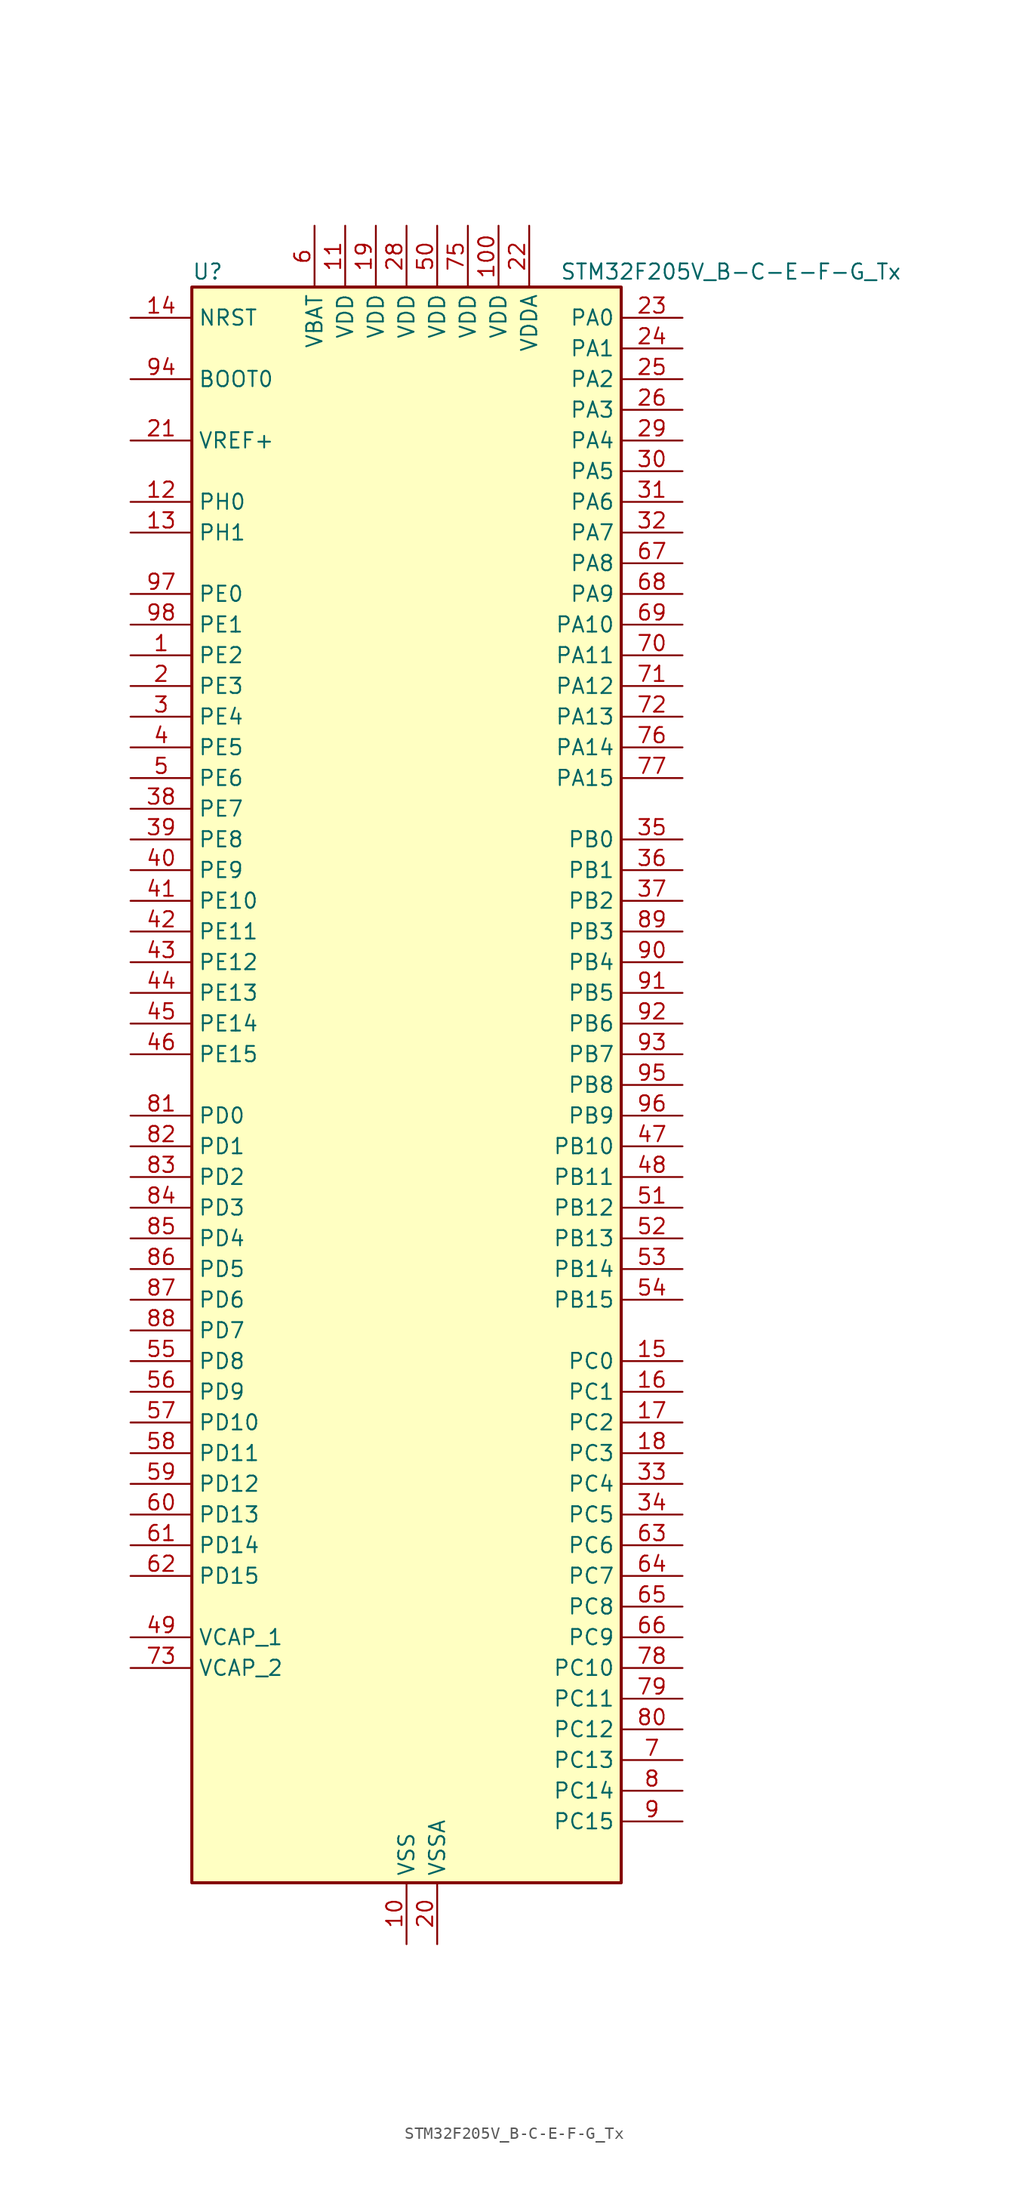
<source format=kicad_sym>
(kicad_symbol_lib
  (version 20220914)
  (generator kicad_symbol_editor)
  (symbol "STM32F205V_B-C-E-F-G_Tx"
    (property "Reference" "U"
      (at -17.78 67.31 0)
      (effects (font (size 1.27 1.27)) (justify left)))
    (property "Value" "STM32F205V_B-C-E-F-G_Tx"
      (at 12.7 67.31 0)
      (effects (font (size 1.27 1.27)) (justify left)))
    (property "ki_locked" ""
      (at 0 0 0)
      (effects (font (size 1.27 1.27))))
    (symbol "STM32F205V_B-C-E-F-G_Tx_0_1"
      (rectangle (start -17.78 -66.04) (end 17.78 66.04) (stroke (width 0.254) (type default)) (fill (type background))))
    (symbol "STM32F205V_B-C-E-F-G_Tx_1_1"
      (pin bidirectional line (at -22.86 35.56 0) (length 5.08) (name "PE2" (effects (font (size 1.27 1.27)))) (number "1" (effects (font (size 1.27 1.27)))) (alternate "FSMC_A23" bidirectional line) (alternate "SYS_TRACECLK" bidirectional line))
      (pin power_in line (at 0 -71.12 90) (length 5.08) (name "VSS" (effects (font (size 1.27 1.27)))) (number "10" (effects (font (size 1.27 1.27)))))
      (pin power_in line (at 7.62 71.12 270) (length 5.08) (name "VDD" (effects (font (size 1.27 1.27)))) (number "100" (effects (font (size 1.27 1.27)))))
      (pin power_in line (at -5.08 71.12 270) (length 5.08) (name "VDD" (effects (font (size 1.27 1.27)))) (number "11" (effects (font (size 1.27 1.27)))))
      (pin bidirectional line (at -22.86 48.26 0) (length 5.08) (name "PH0" (effects (font (size 1.27 1.27)))) (number "12" (effects (font (size 1.27 1.27)))) (alternate "RCC_OSC_IN" bidirectional line))
      (pin bidirectional line (at -22.86 45.72 0) (length 5.08) (name "PH1" (effects (font (size 1.27 1.27)))) (number "13" (effects (font (size 1.27 1.27)))) (alternate "RCC_OSC_OUT" bidirectional line))
      (pin input line (at -22.86 63.5 0) (length 5.08) (name "NRST" (effects (font (size 1.27 1.27)))) (number "14" (effects (font (size 1.27 1.27)))))
      (pin bidirectional line (at 22.86 -22.86 180) (length 5.08) (name "PC0" (effects (font (size 1.27 1.27)))) (number "15" (effects (font (size 1.27 1.27)))) (alternate "ADC1_IN10" bidirectional line) (alternate "ADC2_IN10" bidirectional line) (alternate "ADC3_IN10" bidirectional line) (alternate "USB_OTG_HS_ULPI_STP" bidirectional line))
      (pin bidirectional line (at 22.86 -25.4 180) (length 5.08) (name "PC1" (effects (font (size 1.27 1.27)))) (number "16" (effects (font (size 1.27 1.27)))) (alternate "ADC1_IN11" bidirectional line) (alternate "ADC2_IN11" bidirectional line) (alternate "ADC3_IN11" bidirectional line))
      (pin bidirectional line (at 22.86 -27.94 180) (length 5.08) (name "PC2" (effects (font (size 1.27 1.27)))) (number "17" (effects (font (size 1.27 1.27)))) (alternate "ADC1_IN12" bidirectional line) (alternate "ADC2_IN12" bidirectional line) (alternate "ADC3_IN12" bidirectional line) (alternate "SPI2_MISO" bidirectional line) (alternate "USB_OTG_HS_ULPI_DIR" bidirectional line))
      (pin bidirectional line (at 22.86 -30.48 180) (length 5.08) (name "PC3" (effects (font (size 1.27 1.27)))) (number "18" (effects (font (size 1.27 1.27)))) (alternate "ADC1_IN13" bidirectional line) (alternate "ADC2_IN13" bidirectional line) (alternate "ADC3_IN13" bidirectional line) (alternate "I2S2_SD" bidirectional line) (alternate "SPI2_MOSI" bidirectional line) (alternate "USB_OTG_HS_ULPI_NXT" bidirectional line))
      (pin power_in line (at -2.54 71.12 270) (length 5.08) (name "VDD" (effects (font (size 1.27 1.27)))) (number "19" (effects (font (size 1.27 1.27)))))
      (pin bidirectional line (at -22.86 33.02 0) (length 5.08) (name "PE3" (effects (font (size 1.27 1.27)))) (number "2" (effects (font (size 1.27 1.27)))) (alternate "FSMC_A19" bidirectional line) (alternate "SYS_TRACED0" bidirectional line))
      (pin power_in line (at 2.54 -71.12 90) (length 5.08) (name "VSSA" (effects (font (size 1.27 1.27)))) (number "20" (effects (font (size 1.27 1.27)))))
      (pin input line (at -22.86 53.34 0) (length 5.08) (name "VREF+" (effects (font (size 1.27 1.27)))) (number "21" (effects (font (size 1.27 1.27)))))
      (pin power_in line (at 10.16 71.12 270) (length 5.08) (name "VDDA" (effects (font (size 1.27 1.27)))) (number "22" (effects (font (size 1.27 1.27)))))
      (pin bidirectional line (at 22.86 63.5 180) (length 5.08) (name "PA0" (effects (font (size 1.27 1.27)))) (number "23" (effects (font (size 1.27 1.27)))) (alternate "ADC1_IN0" bidirectional line) (alternate "ADC2_IN0" bidirectional line) (alternate "ADC3_IN0" bidirectional line) (alternate "SYS_WKUP" bidirectional line) (alternate "TIM2_CH1" bidirectional line) (alternate "TIM2_ETR" bidirectional line) (alternate "TIM5_CH1" bidirectional line) (alternate "TIM8_ETR" bidirectional line) (alternate "UART4_TX" bidirectional line) (alternate "USART2_CTS" bidirectional line))
      (pin bidirectional line (at 22.86 60.96 180) (length 5.08) (name "PA1" (effects (font (size 1.27 1.27)))) (number "24" (effects (font (size 1.27 1.27)))) (alternate "ADC1_IN1" bidirectional line) (alternate "ADC2_IN1" bidirectional line) (alternate "ADC3_IN1" bidirectional line) (alternate "TIM2_CH2" bidirectional line) (alternate "TIM5_CH2" bidirectional line) (alternate "UART4_RX" bidirectional line) (alternate "USART2_RTS" bidirectional line))
      (pin bidirectional line (at 22.86 58.42 180) (length 5.08) (name "PA2" (effects (font (size 1.27 1.27)))) (number "25" (effects (font (size 1.27 1.27)))) (alternate "ADC1_IN2" bidirectional line) (alternate "ADC2_IN2" bidirectional line) (alternate "ADC3_IN2" bidirectional line) (alternate "TIM2_CH3" bidirectional line) (alternate "TIM5_CH3" bidirectional line) (alternate "TIM9_CH1" bidirectional line) (alternate "USART2_TX" bidirectional line))
      (pin bidirectional line (at 22.86 55.88 180) (length 5.08) (name "PA3" (effects (font (size 1.27 1.27)))) (number "26" (effects (font (size 1.27 1.27)))) (alternate "ADC1_IN3" bidirectional line) (alternate "ADC2_IN3" bidirectional line) (alternate "ADC3_IN3" bidirectional line) (alternate "TIM2_CH4" bidirectional line) (alternate "TIM5_CH4" bidirectional line) (alternate "TIM9_CH2" bidirectional line) (alternate "USART2_RX" bidirectional line) (alternate "USB_OTG_HS_ULPI_D0" bidirectional line))
      (pin passive line (at 0 -71.12 90) (length 5.08) hide (name "VSS" (effects (font (size 1.27 1.27)))) (number "27" (effects (font (size 1.27 1.27)))))
      (pin power_in line (at 0 71.12 270) (length 5.08) (name "VDD" (effects (font (size 1.27 1.27)))) (number "28" (effects (font (size 1.27 1.27)))))
      (pin bidirectional line (at 22.86 53.34 180) (length 5.08) (name "PA4" (effects (font (size 1.27 1.27)))) (number "29" (effects (font (size 1.27 1.27)))) (alternate "ADC1_IN4" bidirectional line) (alternate "ADC2_IN4" bidirectional line) (alternate "DAC_OUT1" bidirectional line) (alternate "I2S3_WS" bidirectional line) (alternate "SPI1_NSS" bidirectional line) (alternate "SPI3_NSS" bidirectional line) (alternate "USART2_CK" bidirectional line) (alternate "USB_OTG_HS_SOF" bidirectional line))
      (pin bidirectional line (at -22.86 30.48 0) (length 5.08) (name "PE4" (effects (font (size 1.27 1.27)))) (number "3" (effects (font (size 1.27 1.27)))) (alternate "FSMC_A20" bidirectional line) (alternate "SYS_TRACED1" bidirectional line))
      (pin bidirectional line (at 22.86 50.8 180) (length 5.08) (name "PA5" (effects (font (size 1.27 1.27)))) (number "30" (effects (font (size 1.27 1.27)))) (alternate "ADC1_IN5" bidirectional line) (alternate "ADC2_IN5" bidirectional line) (alternate "DAC_OUT2" bidirectional line) (alternate "SPI1_SCK" bidirectional line) (alternate "TIM2_CH1" bidirectional line) (alternate "TIM2_ETR" bidirectional line) (alternate "TIM8_CH1N" bidirectional line) (alternate "USB_OTG_HS_ULPI_CK" bidirectional line))
      (pin bidirectional line (at 22.86 48.26 180) (length 5.08) (name "PA6" (effects (font (size 1.27 1.27)))) (number "31" (effects (font (size 1.27 1.27)))) (alternate "ADC1_IN6" bidirectional line) (alternate "ADC2_IN6" bidirectional line) (alternate "SPI1_MISO" bidirectional line) (alternate "TIM13_CH1" bidirectional line) (alternate "TIM1_BKIN" bidirectional line) (alternate "TIM3_CH1" bidirectional line) (alternate "TIM8_BKIN" bidirectional line))
      (pin bidirectional line (at 22.86 45.72 180) (length 5.08) (name "PA7" (effects (font (size 1.27 1.27)))) (number "32" (effects (font (size 1.27 1.27)))) (alternate "ADC1_IN7" bidirectional line) (alternate "ADC2_IN7" bidirectional line) (alternate "SPI1_MOSI" bidirectional line) (alternate "TIM14_CH1" bidirectional line) (alternate "TIM1_CH1N" bidirectional line) (alternate "TIM3_CH2" bidirectional line) (alternate "TIM8_CH1N" bidirectional line))
      (pin bidirectional line (at 22.86 -33.02 180) (length 5.08) (name "PC4" (effects (font (size 1.27 1.27)))) (number "33" (effects (font (size 1.27 1.27)))) (alternate "ADC1_IN14" bidirectional line) (alternate "ADC2_IN14" bidirectional line))
      (pin bidirectional line (at 22.86 -35.56 180) (length 5.08) (name "PC5" (effects (font (size 1.27 1.27)))) (number "34" (effects (font (size 1.27 1.27)))) (alternate "ADC1_IN15" bidirectional line) (alternate "ADC2_IN15" bidirectional line))
      (pin bidirectional line (at 22.86 20.32 180) (length 5.08) (name "PB0" (effects (font (size 1.27 1.27)))) (number "35" (effects (font (size 1.27 1.27)))) (alternate "ADC1_IN8" bidirectional line) (alternate "ADC2_IN8" bidirectional line) (alternate "TIM1_CH2N" bidirectional line) (alternate "TIM3_CH3" bidirectional line) (alternate "TIM8_CH2N" bidirectional line) (alternate "USB_OTG_HS_ULPI_D1" bidirectional line))
      (pin bidirectional line (at 22.86 17.78 180) (length 5.08) (name "PB1" (effects (font (size 1.27 1.27)))) (number "36" (effects (font (size 1.27 1.27)))) (alternate "ADC1_IN9" bidirectional line) (alternate "ADC2_IN9" bidirectional line) (alternate "TIM1_CH3N" bidirectional line) (alternate "TIM3_CH4" bidirectional line) (alternate "TIM8_CH3N" bidirectional line) (alternate "USB_OTG_HS_ULPI_D2" bidirectional line))
      (pin bidirectional line (at 22.86 15.24 180) (length 5.08) (name "PB2" (effects (font (size 1.27 1.27)))) (number "37" (effects (font (size 1.27 1.27)))))
      (pin bidirectional line (at -22.86 22.86 0) (length 5.08) (name "PE7" (effects (font (size 1.27 1.27)))) (number "38" (effects (font (size 1.27 1.27)))) (alternate "FSMC_D4" bidirectional line) (alternate "FSMC_DA4" bidirectional line) (alternate "TIM1_ETR" bidirectional line))
      (pin bidirectional line (at -22.86 20.32 0) (length 5.08) (name "PE8" (effects (font (size 1.27 1.27)))) (number "39" (effects (font (size 1.27 1.27)))) (alternate "FSMC_D5" bidirectional line) (alternate "FSMC_DA5" bidirectional line) (alternate "TIM1_CH1N" bidirectional line))
      (pin bidirectional line (at -22.86 27.94 0) (length 5.08) (name "PE5" (effects (font (size 1.27 1.27)))) (number "4" (effects (font (size 1.27 1.27)))) (alternate "FSMC_A21" bidirectional line) (alternate "SYS_TRACED2" bidirectional line) (alternate "TIM9_CH1" bidirectional line))
      (pin bidirectional line (at -22.86 17.78 0) (length 5.08) (name "PE9" (effects (font (size 1.27 1.27)))) (number "40" (effects (font (size 1.27 1.27)))) (alternate "DAC_EXTI9" bidirectional line) (alternate "FSMC_D6" bidirectional line) (alternate "FSMC_DA6" bidirectional line) (alternate "TIM1_CH1" bidirectional line))
      (pin bidirectional line (at -22.86 15.24 0) (length 5.08) (name "PE10" (effects (font (size 1.27 1.27)))) (number "41" (effects (font (size 1.27 1.27)))) (alternate "FSMC_D7" bidirectional line) (alternate "FSMC_DA7" bidirectional line) (alternate "TIM1_CH2N" bidirectional line))
      (pin bidirectional line (at -22.86 12.7 0) (length 5.08) (name "PE11" (effects (font (size 1.27 1.27)))) (number "42" (effects (font (size 1.27 1.27)))) (alternate "ADC1_EXTI11" bidirectional line) (alternate "ADC2_EXTI11" bidirectional line) (alternate "ADC3_EXTI11" bidirectional line) (alternate "FSMC_D8" bidirectional line) (alternate "FSMC_DA8" bidirectional line) (alternate "TIM1_CH2" bidirectional line))
      (pin bidirectional line (at -22.86 10.16 0) (length 5.08) (name "PE12" (effects (font (size 1.27 1.27)))) (number "43" (effects (font (size 1.27 1.27)))) (alternate "FSMC_D9" bidirectional line) (alternate "FSMC_DA9" bidirectional line) (alternate "TIM1_CH3N" bidirectional line))
      (pin bidirectional line (at -22.86 7.62 0) (length 5.08) (name "PE13" (effects (font (size 1.27 1.27)))) (number "44" (effects (font (size 1.27 1.27)))) (alternate "FSMC_D10" bidirectional line) (alternate "FSMC_DA10" bidirectional line) (alternate "TIM1_CH3" bidirectional line))
      (pin bidirectional line (at -22.86 5.08 0) (length 5.08) (name "PE14" (effects (font (size 1.27 1.27)))) (number "45" (effects (font (size 1.27 1.27)))) (alternate "FSMC_D11" bidirectional line) (alternate "FSMC_DA11" bidirectional line) (alternate "TIM1_CH4" bidirectional line))
      (pin bidirectional line (at -22.86 2.54 0) (length 5.08) (name "PE15" (effects (font (size 1.27 1.27)))) (number "46" (effects (font (size 1.27 1.27)))) (alternate "ADC1_EXTI15" bidirectional line) (alternate "ADC2_EXTI15" bidirectional line) (alternate "ADC3_EXTI15" bidirectional line) (alternate "FSMC_D12" bidirectional line) (alternate "FSMC_DA12" bidirectional line) (alternate "TIM1_BKIN" bidirectional line))
      (pin bidirectional line (at 22.86 -5.08 180) (length 5.08) (name "PB10" (effects (font (size 1.27 1.27)))) (number "47" (effects (font (size 1.27 1.27)))) (alternate "I2C2_SCL" bidirectional line) (alternate "I2S2_SCK" bidirectional line) (alternate "SPI2_SCK" bidirectional line) (alternate "TIM2_CH3" bidirectional line) (alternate "USART3_TX" bidirectional line) (alternate "USB_OTG_HS_ULPI_D3" bidirectional line))
      (pin bidirectional line (at 22.86 -7.62 180) (length 5.08) (name "PB11" (effects (font (size 1.27 1.27)))) (number "48" (effects (font (size 1.27 1.27)))) (alternate "ADC1_EXTI11" bidirectional line) (alternate "ADC2_EXTI11" bidirectional line) (alternate "ADC3_EXTI11" bidirectional line) (alternate "I2C2_SDA" bidirectional line) (alternate "TIM2_CH4" bidirectional line) (alternate "USART3_RX" bidirectional line) (alternate "USB_OTG_HS_ULPI_D4" bidirectional line))
      (pin power_out line (at -22.86 -45.72 0) (length 5.08) (name "VCAP_1" (effects (font (size 1.27 1.27)))) (number "49" (effects (font (size 1.27 1.27)))))
      (pin bidirectional line (at -22.86 25.4 0) (length 5.08) (name "PE6" (effects (font (size 1.27 1.27)))) (number "5" (effects (font (size 1.27 1.27)))) (alternate "FSMC_A22" bidirectional line) (alternate "SYS_TRACED3" bidirectional line) (alternate "TIM9_CH2" bidirectional line))
      (pin power_in line (at 2.54 71.12 270) (length 5.08) (name "VDD" (effects (font (size 1.27 1.27)))) (number "50" (effects (font (size 1.27 1.27)))))
      (pin bidirectional line (at 22.86 -10.16 180) (length 5.08) (name "PB12" (effects (font (size 1.27 1.27)))) (number "51" (effects (font (size 1.27 1.27)))) (alternate "CAN2_RX" bidirectional line) (alternate "I2C2_SMBA" bidirectional line) (alternate "I2S2_WS" bidirectional line) (alternate "SPI2_NSS" bidirectional line) (alternate "TIM1_BKIN" bidirectional line) (alternate "USART3_CK" bidirectional line) (alternate "USB_OTG_HS_ID" bidirectional line) (alternate "USB_OTG_HS_ULPI_D5" bidirectional line))
      (pin bidirectional line (at 22.86 -12.7 180) (length 5.08) (name "PB13" (effects (font (size 1.27 1.27)))) (number "52" (effects (font (size 1.27 1.27)))) (alternate "CAN2_TX" bidirectional line) (alternate "I2S2_SCK" bidirectional line) (alternate "SPI2_SCK" bidirectional line) (alternate "TIM1_CH1N" bidirectional line) (alternate "USART3_CTS" bidirectional line) (alternate "USB_OTG_HS_ULPI_D6" bidirectional line) (alternate "USB_OTG_HS_VBUS" bidirectional line))
      (pin bidirectional line (at 22.86 -15.24 180) (length 5.08) (name "PB14" (effects (font (size 1.27 1.27)))) (number "53" (effects (font (size 1.27 1.27)))) (alternate "SPI2_MISO" bidirectional line) (alternate "TIM12_CH1" bidirectional line) (alternate "TIM1_CH2N" bidirectional line) (alternate "TIM8_CH2N" bidirectional line) (alternate "USART3_RTS" bidirectional line) (alternate "USB_OTG_HS_DM" bidirectional line))
      (pin bidirectional line (at 22.86 -17.78 180) (length 5.08) (name "PB15" (effects (font (size 1.27 1.27)))) (number "54" (effects (font (size 1.27 1.27)))) (alternate "ADC1_EXTI15" bidirectional line) (alternate "ADC2_EXTI15" bidirectional line) (alternate "ADC3_EXTI15" bidirectional line) (alternate "I2S2_SD" bidirectional line) (alternate "RTC_REFIN" bidirectional line) (alternate "SPI2_MOSI" bidirectional line) (alternate "TIM12_CH2" bidirectional line) (alternate "TIM1_CH3N" bidirectional line) (alternate "TIM8_CH3N" bidirectional line) (alternate "USB_OTG_HS_DP" bidirectional line))
      (pin bidirectional line (at -22.86 -22.86 0) (length 5.08) (name "PD8" (effects (font (size 1.27 1.27)))) (number "55" (effects (font (size 1.27 1.27)))) (alternate "FSMC_D13" bidirectional line) (alternate "FSMC_DA13" bidirectional line) (alternate "USART3_TX" bidirectional line))
      (pin bidirectional line (at -22.86 -25.4 0) (length 5.08) (name "PD9" (effects (font (size 1.27 1.27)))) (number "56" (effects (font (size 1.27 1.27)))) (alternate "DAC_EXTI9" bidirectional line) (alternate "FSMC_D14" bidirectional line) (alternate "FSMC_DA14" bidirectional line) (alternate "USART3_RX" bidirectional line))
      (pin bidirectional line (at -22.86 -27.94 0) (length 5.08) (name "PD10" (effects (font (size 1.27 1.27)))) (number "57" (effects (font (size 1.27 1.27)))) (alternate "FSMC_D15" bidirectional line) (alternate "FSMC_DA15" bidirectional line) (alternate "USART3_CK" bidirectional line))
      (pin bidirectional line (at -22.86 -30.48 0) (length 5.08) (name "PD11" (effects (font (size 1.27 1.27)))) (number "58" (effects (font (size 1.27 1.27)))) (alternate "ADC1_EXTI11" bidirectional line) (alternate "ADC2_EXTI11" bidirectional line) (alternate "ADC3_EXTI11" bidirectional line) (alternate "FSMC_A16" bidirectional line) (alternate "FSMC_CLE" bidirectional line) (alternate "USART3_CTS" bidirectional line))
      (pin bidirectional line (at -22.86 -33.02 0) (length 5.08) (name "PD12" (effects (font (size 1.27 1.27)))) (number "59" (effects (font (size 1.27 1.27)))) (alternate "FSMC_A17" bidirectional line) (alternate "FSMC_ALE" bidirectional line) (alternate "TIM4_CH1" bidirectional line) (alternate "USART3_RTS" bidirectional line))
      (pin power_in line (at -7.62 71.12 270) (length 5.08) (name "VBAT" (effects (font (size 1.27 1.27)))) (number "6" (effects (font (size 1.27 1.27)))))
      (pin bidirectional line (at -22.86 -35.56 0) (length 5.08) (name "PD13" (effects (font (size 1.27 1.27)))) (number "60" (effects (font (size 1.27 1.27)))) (alternate "FSMC_A18" bidirectional line) (alternate "TIM4_CH2" bidirectional line))
      (pin bidirectional line (at -22.86 -38.1 0) (length 5.08) (name "PD14" (effects (font (size 1.27 1.27)))) (number "61" (effects (font (size 1.27 1.27)))) (alternate "FSMC_D0" bidirectional line) (alternate "FSMC_DA0" bidirectional line) (alternate "TIM4_CH3" bidirectional line))
      (pin bidirectional line (at -22.86 -40.64 0) (length 5.08) (name "PD15" (effects (font (size 1.27 1.27)))) (number "62" (effects (font (size 1.27 1.27)))) (alternate "ADC1_EXTI15" bidirectional line) (alternate "ADC2_EXTI15" bidirectional line) (alternate "ADC3_EXTI15" bidirectional line) (alternate "FSMC_D1" bidirectional line) (alternate "FSMC_DA1" bidirectional line) (alternate "TIM4_CH4" bidirectional line))
      (pin bidirectional line (at 22.86 -38.1 180) (length 5.08) (name "PC6" (effects (font (size 1.27 1.27)))) (number "63" (effects (font (size 1.27 1.27)))) (alternate "I2S2_MCK" bidirectional line) (alternate "SDIO_D6" bidirectional line) (alternate "TIM3_CH1" bidirectional line) (alternate "TIM8_CH1" bidirectional line) (alternate "USART6_TX" bidirectional line))
      (pin bidirectional line (at 22.86 -40.64 180) (length 5.08) (name "PC7" (effects (font (size 1.27 1.27)))) (number "64" (effects (font (size 1.27 1.27)))) (alternate "I2S3_MCK" bidirectional line) (alternate "SDIO_D7" bidirectional line) (alternate "TIM3_CH2" bidirectional line) (alternate "TIM8_CH2" bidirectional line) (alternate "USART6_RX" bidirectional line))
      (pin bidirectional line (at 22.86 -43.18 180) (length 5.08) (name "PC8" (effects (font (size 1.27 1.27)))) (number "65" (effects (font (size 1.27 1.27)))) (alternate "SDIO_D0" bidirectional line) (alternate "TIM3_CH3" bidirectional line) (alternate "TIM8_CH3" bidirectional line) (alternate "USART6_CK" bidirectional line))
      (pin bidirectional line (at 22.86 -45.72 180) (length 5.08) (name "PC9" (effects (font (size 1.27 1.27)))) (number "66" (effects (font (size 1.27 1.27)))) (alternate "DAC_EXTI9" bidirectional line) (alternate "I2C3_SDA" bidirectional line) (alternate "I2S_CKIN" bidirectional line) (alternate "RCC_MCO_2" bidirectional line) (alternate "SDIO_D1" bidirectional line) (alternate "TIM3_CH4" bidirectional line) (alternate "TIM8_CH4" bidirectional line))
      (pin bidirectional line (at 22.86 43.18 180) (length 5.08) (name "PA8" (effects (font (size 1.27 1.27)))) (number "67" (effects (font (size 1.27 1.27)))) (alternate "I2C3_SCL" bidirectional line) (alternate "RCC_MCO_1" bidirectional line) (alternate "TIM1_CH1" bidirectional line) (alternate "USART1_CK" bidirectional line) (alternate "USB_OTG_FS_SOF" bidirectional line))
      (pin bidirectional line (at 22.86 40.64 180) (length 5.08) (name "PA9" (effects (font (size 1.27 1.27)))) (number "68" (effects (font (size 1.27 1.27)))) (alternate "DAC_EXTI9" bidirectional line) (alternate "I2C3_SMBA" bidirectional line) (alternate "TIM1_CH2" bidirectional line) (alternate "USART1_TX" bidirectional line) (alternate "USB_OTG_FS_VBUS" bidirectional line))
      (pin bidirectional line (at 22.86 38.1 180) (length 5.08) (name "PA10" (effects (font (size 1.27 1.27)))) (number "69" (effects (font (size 1.27 1.27)))) (alternate "TIM1_CH3" bidirectional line) (alternate "USART1_RX" bidirectional line) (alternate "USB_OTG_FS_ID" bidirectional line))
      (pin bidirectional line (at 22.86 -55.88 180) (length 5.08) (name "PC13" (effects (font (size 1.27 1.27)))) (number "7" (effects (font (size 1.27 1.27)))) (alternate "RTC_AF1" bidirectional line))
      (pin bidirectional line (at 22.86 35.56 180) (length 5.08) (name "PA11" (effects (font (size 1.27 1.27)))) (number "70" (effects (font (size 1.27 1.27)))) (alternate "ADC1_EXTI11" bidirectional line) (alternate "ADC2_EXTI11" bidirectional line) (alternate "ADC3_EXTI11" bidirectional line) (alternate "CAN1_RX" bidirectional line) (alternate "TIM1_CH4" bidirectional line) (alternate "USART1_CTS" bidirectional line) (alternate "USB_OTG_FS_DM" bidirectional line))
      (pin bidirectional line (at 22.86 33.02 180) (length 5.08) (name "PA12" (effects (font (size 1.27 1.27)))) (number "71" (effects (font (size 1.27 1.27)))) (alternate "CAN1_TX" bidirectional line) (alternate "TIM1_ETR" bidirectional line) (alternate "USART1_RTS" bidirectional line) (alternate "USB_OTG_FS_DP" bidirectional line))
      (pin bidirectional line (at 22.86 30.48 180) (length 5.08) (name "PA13" (effects (font (size 1.27 1.27)))) (number "72" (effects (font (size 1.27 1.27)))) (alternate "SYS_JTMS-SWDIO" bidirectional line))
      (pin power_out line (at -22.86 -48.26 0) (length 5.08) (name "VCAP_2" (effects (font (size 1.27 1.27)))) (number "73" (effects (font (size 1.27 1.27)))))
      (pin passive line (at 0 -71.12 90) (length 5.08) hide (name "VSS" (effects (font (size 1.27 1.27)))) (number "74" (effects (font (size 1.27 1.27)))))
      (pin power_in line (at 5.08 71.12 270) (length 5.08) (name "VDD" (effects (font (size 1.27 1.27)))) (number "75" (effects (font (size 1.27 1.27)))))
      (pin bidirectional line (at 22.86 27.94 180) (length 5.08) (name "PA14" (effects (font (size 1.27 1.27)))) (number "76" (effects (font (size 1.27 1.27)))) (alternate "SYS_JTCK-SWCLK" bidirectional line))
      (pin bidirectional line (at 22.86 25.4 180) (length 5.08) (name "PA15" (effects (font (size 1.27 1.27)))) (number "77" (effects (font (size 1.27 1.27)))) (alternate "ADC1_EXTI15" bidirectional line) (alternate "ADC2_EXTI15" bidirectional line) (alternate "ADC3_EXTI15" bidirectional line) (alternate "I2S3_WS" bidirectional line) (alternate "SPI1_NSS" bidirectional line) (alternate "SPI3_NSS" bidirectional line) (alternate "SYS_JTDI" bidirectional line) (alternate "TIM2_CH1" bidirectional line) (alternate "TIM2_ETR" bidirectional line))
      (pin bidirectional line (at 22.86 -48.26 180) (length 5.08) (name "PC10" (effects (font (size 1.27 1.27)))) (number "78" (effects (font (size 1.27 1.27)))) (alternate "I2S3_SCK" bidirectional line) (alternate "SDIO_D2" bidirectional line) (alternate "SPI3_SCK" bidirectional line) (alternate "UART4_TX" bidirectional line) (alternate "USART3_TX" bidirectional line))
      (pin bidirectional line (at 22.86 -50.8 180) (length 5.08) (name "PC11" (effects (font (size 1.27 1.27)))) (number "79" (effects (font (size 1.27 1.27)))) (alternate "ADC1_EXTI11" bidirectional line) (alternate "ADC2_EXTI11" bidirectional line) (alternate "ADC3_EXTI11" bidirectional line) (alternate "SDIO_D3" bidirectional line) (alternate "SPI3_MISO" bidirectional line) (alternate "UART4_RX" bidirectional line) (alternate "USART3_RX" bidirectional line))
      (pin bidirectional line (at 22.86 -58.42 180) (length 5.08) (name "PC14" (effects (font (size 1.27 1.27)))) (number "8" (effects (font (size 1.27 1.27)))) (alternate "RCC_OSC32_IN" bidirectional line))
      (pin bidirectional line (at 22.86 -53.34 180) (length 5.08) (name "PC12" (effects (font (size 1.27 1.27)))) (number "80" (effects (font (size 1.27 1.27)))) (alternate "I2S3_SD" bidirectional line) (alternate "SDIO_CK" bidirectional line) (alternate "SPI3_MOSI" bidirectional line) (alternate "UART5_TX" bidirectional line) (alternate "USART3_CK" bidirectional line))
      (pin bidirectional line (at -22.86 -2.54 0) (length 5.08) (name "PD0" (effects (font (size 1.27 1.27)))) (number "81" (effects (font (size 1.27 1.27)))) (alternate "CAN1_RX" bidirectional line) (alternate "FSMC_D2" bidirectional line) (alternate "FSMC_DA2" bidirectional line))
      (pin bidirectional line (at -22.86 -5.08 0) (length 5.08) (name "PD1" (effects (font (size 1.27 1.27)))) (number "82" (effects (font (size 1.27 1.27)))) (alternate "CAN1_TX" bidirectional line) (alternate "FSMC_D3" bidirectional line) (alternate "FSMC_DA3" bidirectional line))
      (pin bidirectional line (at -22.86 -7.62 0) (length 5.08) (name "PD2" (effects (font (size 1.27 1.27)))) (number "83" (effects (font (size 1.27 1.27)))) (alternate "SDIO_CMD" bidirectional line) (alternate "TIM3_ETR" bidirectional line) (alternate "UART5_RX" bidirectional line))
      (pin bidirectional line (at -22.86 -10.16 0) (length 5.08) (name "PD3" (effects (font (size 1.27 1.27)))) (number "84" (effects (font (size 1.27 1.27)))) (alternate "FSMC_CLK" bidirectional line) (alternate "USART2_CTS" bidirectional line))
      (pin bidirectional line (at -22.86 -12.7 0) (length 5.08) (name "PD4" (effects (font (size 1.27 1.27)))) (number "85" (effects (font (size 1.27 1.27)))) (alternate "FSMC_NOE" bidirectional line) (alternate "USART2_RTS" bidirectional line))
      (pin bidirectional line (at -22.86 -15.24 0) (length 5.08) (name "PD5" (effects (font (size 1.27 1.27)))) (number "86" (effects (font (size 1.27 1.27)))) (alternate "FSMC_NWE" bidirectional line) (alternate "USART2_TX" bidirectional line))
      (pin bidirectional line (at -22.86 -17.78 0) (length 5.08) (name "PD6" (effects (font (size 1.27 1.27)))) (number "87" (effects (font (size 1.27 1.27)))) (alternate "FSMC_NWAIT" bidirectional line) (alternate "USART2_RX" bidirectional line))
      (pin bidirectional line (at -22.86 -20.32 0) (length 5.08) (name "PD7" (effects (font (size 1.27 1.27)))) (number "88" (effects (font (size 1.27 1.27)))) (alternate "FSMC_NCE2" bidirectional line) (alternate "FSMC_NE1" bidirectional line) (alternate "USART2_CK" bidirectional line))
      (pin bidirectional line (at 22.86 12.7 180) (length 5.08) (name "PB3" (effects (font (size 1.27 1.27)))) (number "89" (effects (font (size 1.27 1.27)))) (alternate "I2S3_SCK" bidirectional line) (alternate "SPI1_SCK" bidirectional line) (alternate "SPI3_SCK" bidirectional line) (alternate "SYS_JTDO-SWO" bidirectional line) (alternate "TIM2_CH2" bidirectional line))
      (pin bidirectional line (at 22.86 -60.96 180) (length 5.08) (name "PC15" (effects (font (size 1.27 1.27)))) (number "9" (effects (font (size 1.27 1.27)))) (alternate "ADC1_EXTI15" bidirectional line) (alternate "ADC2_EXTI15" bidirectional line) (alternate "ADC3_EXTI15" bidirectional line) (alternate "RCC_OSC32_OUT" bidirectional line))
      (pin bidirectional line (at 22.86 10.16 180) (length 5.08) (name "PB4" (effects (font (size 1.27 1.27)))) (number "90" (effects (font (size 1.27 1.27)))) (alternate "SPI1_MISO" bidirectional line) (alternate "SPI3_MISO" bidirectional line) (alternate "SYS_JTRST" bidirectional line) (alternate "TIM3_CH1" bidirectional line))
      (pin bidirectional line (at 22.86 7.62 180) (length 5.08) (name "PB5" (effects (font (size 1.27 1.27)))) (number "91" (effects (font (size 1.27 1.27)))) (alternate "CAN2_RX" bidirectional line) (alternate "I2C1_SMBA" bidirectional line) (alternate "I2S3_SD" bidirectional line) (alternate "SPI1_MOSI" bidirectional line) (alternate "SPI3_MOSI" bidirectional line) (alternate "TIM3_CH2" bidirectional line) (alternate "USB_OTG_HS_ULPI_D7" bidirectional line))
      (pin bidirectional line (at 22.86 5.08 180) (length 5.08) (name "PB6" (effects (font (size 1.27 1.27)))) (number "92" (effects (font (size 1.27 1.27)))) (alternate "CAN2_TX" bidirectional line) (alternate "I2C1_SCL" bidirectional line) (alternate "TIM4_CH1" bidirectional line) (alternate "USART1_TX" bidirectional line))
      (pin bidirectional line (at 22.86 2.54 180) (length 5.08) (name "PB7" (effects (font (size 1.27 1.27)))) (number "93" (effects (font (size 1.27 1.27)))) (alternate "FSMC_NL" bidirectional line) (alternate "I2C1_SDA" bidirectional line) (alternate "TIM4_CH2" bidirectional line) (alternate "USART1_RX" bidirectional line))
      (pin input line (at -22.86 58.42 0) (length 5.08) (name "BOOT0" (effects (font (size 1.27 1.27)))) (number "94" (effects (font (size 1.27 1.27)))))
      (pin bidirectional line (at 22.86 0 180) (length 5.08) (name "PB8" (effects (font (size 1.27 1.27)))) (number "95" (effects (font (size 1.27 1.27)))) (alternate "CAN1_RX" bidirectional line) (alternate "I2C1_SCL" bidirectional line) (alternate "SDIO_D4" bidirectional line) (alternate "TIM10_CH1" bidirectional line) (alternate "TIM4_CH3" bidirectional line))
      (pin bidirectional line (at 22.86 -2.54 180) (length 5.08) (name "PB9" (effects (font (size 1.27 1.27)))) (number "96" (effects (font (size 1.27 1.27)))) (alternate "CAN1_TX" bidirectional line) (alternate "DAC_EXTI9" bidirectional line) (alternate "I2C1_SDA" bidirectional line) (alternate "I2S2_WS" bidirectional line) (alternate "SDIO_D5" bidirectional line) (alternate "SPI2_NSS" bidirectional line) (alternate "TIM11_CH1" bidirectional line) (alternate "TIM4_CH4" bidirectional line))
      (pin bidirectional line (at -22.86 40.64 0) (length 5.08) (name "PE0" (effects (font (size 1.27 1.27)))) (number "97" (effects (font (size 1.27 1.27)))) (alternate "FSMC_NBL0" bidirectional line) (alternate "TIM4_ETR" bidirectional line))
      (pin bidirectional line (at -22.86 38.1 0) (length 5.08) (name "PE1" (effects (font (size 1.27 1.27)))) (number "98" (effects (font (size 1.27 1.27)))) (alternate "FSMC_NBL1" bidirectional line))
      (pin no_connect line (at -17.78 -66.04 0) (length 5.08) hide (name "RFU" (effects (font (size 1.27 1.27)))) (number "99" (effects (font (size 1.27 1.27))))))))
</source>
